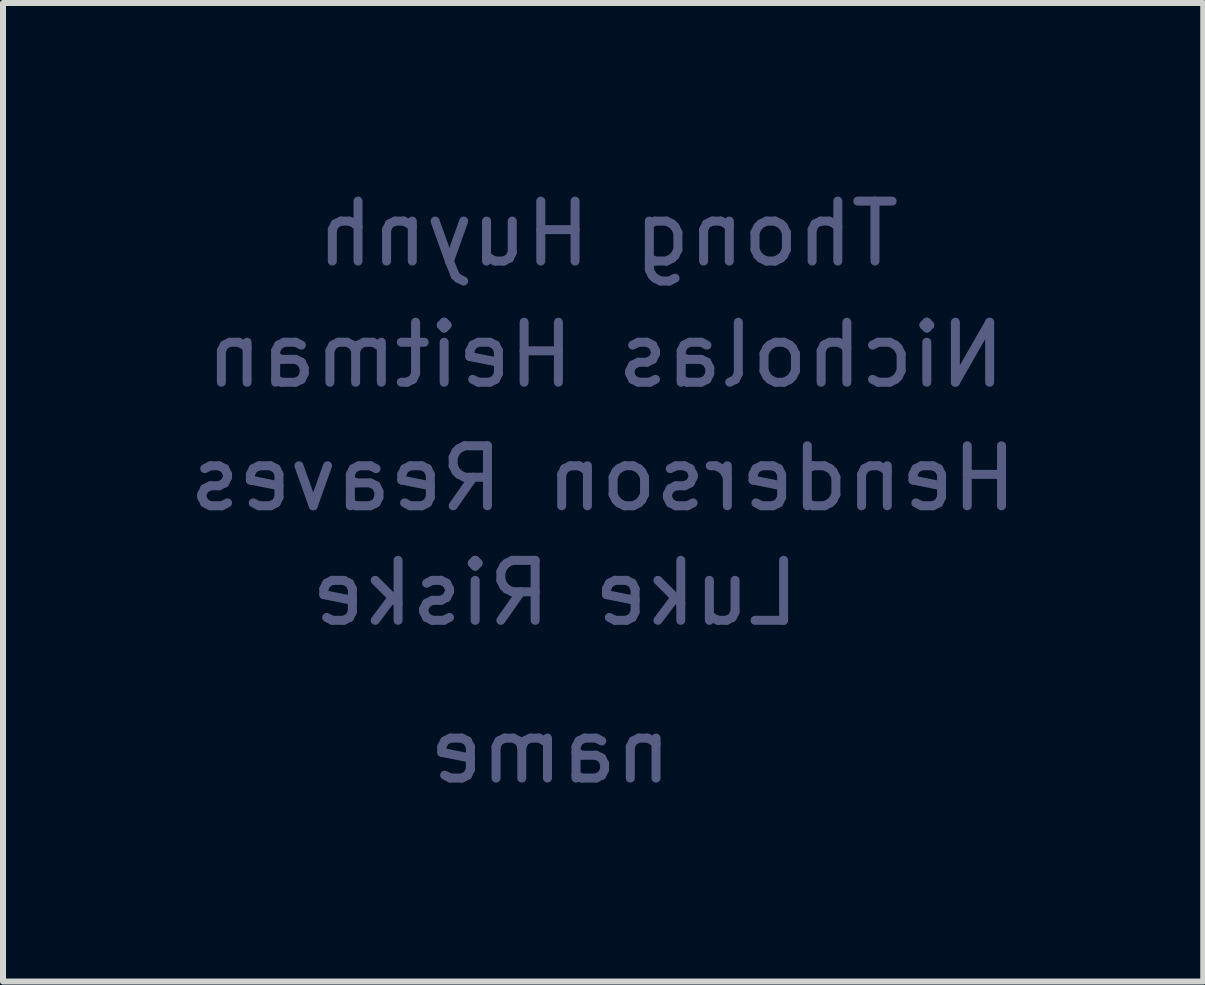
<source format=kicad_pcb>
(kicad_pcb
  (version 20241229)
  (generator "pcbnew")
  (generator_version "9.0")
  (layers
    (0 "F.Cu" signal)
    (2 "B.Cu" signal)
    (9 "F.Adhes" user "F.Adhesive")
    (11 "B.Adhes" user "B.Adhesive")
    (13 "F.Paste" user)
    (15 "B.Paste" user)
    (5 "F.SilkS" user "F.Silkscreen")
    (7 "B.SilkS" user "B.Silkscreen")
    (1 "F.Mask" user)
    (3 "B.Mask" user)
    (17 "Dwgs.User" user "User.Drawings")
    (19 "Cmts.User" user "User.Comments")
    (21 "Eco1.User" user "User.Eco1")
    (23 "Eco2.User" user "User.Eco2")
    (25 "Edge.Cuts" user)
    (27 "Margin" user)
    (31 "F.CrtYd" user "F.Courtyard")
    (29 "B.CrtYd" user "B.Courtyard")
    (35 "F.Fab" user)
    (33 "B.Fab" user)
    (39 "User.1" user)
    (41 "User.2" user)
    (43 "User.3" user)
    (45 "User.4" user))
  (footprint "name"
    (layer "F.Cu")
    (at 4.026 2.148)
    (property "Reference" "name" (at 2.1 7.32 0) (layer "B.Fab") (effects (font (size 1 1) (thickness 0.15)) (justify mirror)))
    (attr through_hole)
    (fp_text user "Luke Riske" (at 2.18 4.69 0) (layer "B.Fab") (effects (font (size 1 1) (thickness 0.15)) (justify mirror)))
    (fp_text user "Nicholas Heitman" (at 3.02 0.72 0) (layer "B.Fab") (effects (font (size 1 1) (thickness 0.15)) (justify mirror)))
    (fp_text user "Thong Huynh" (at 3.06 -1.3 0) (layer "B.Fab") (effects (font (size 1 1) (thickness 0.15)) (justify mirror)))
    (fp_text user "Henderson Reaves" (at 2.98 2.78 0) (layer "B.Fab") (effects (font (size 1 1) (thickness 0.15)) (justify mirror))))
  (gr_rect
    (start -3 -3)
    (end 17.012 13.316)
    (stroke (width 0.1) (type default))
    (fill no)
    (layer "Edge.Cuts")))
</source>
